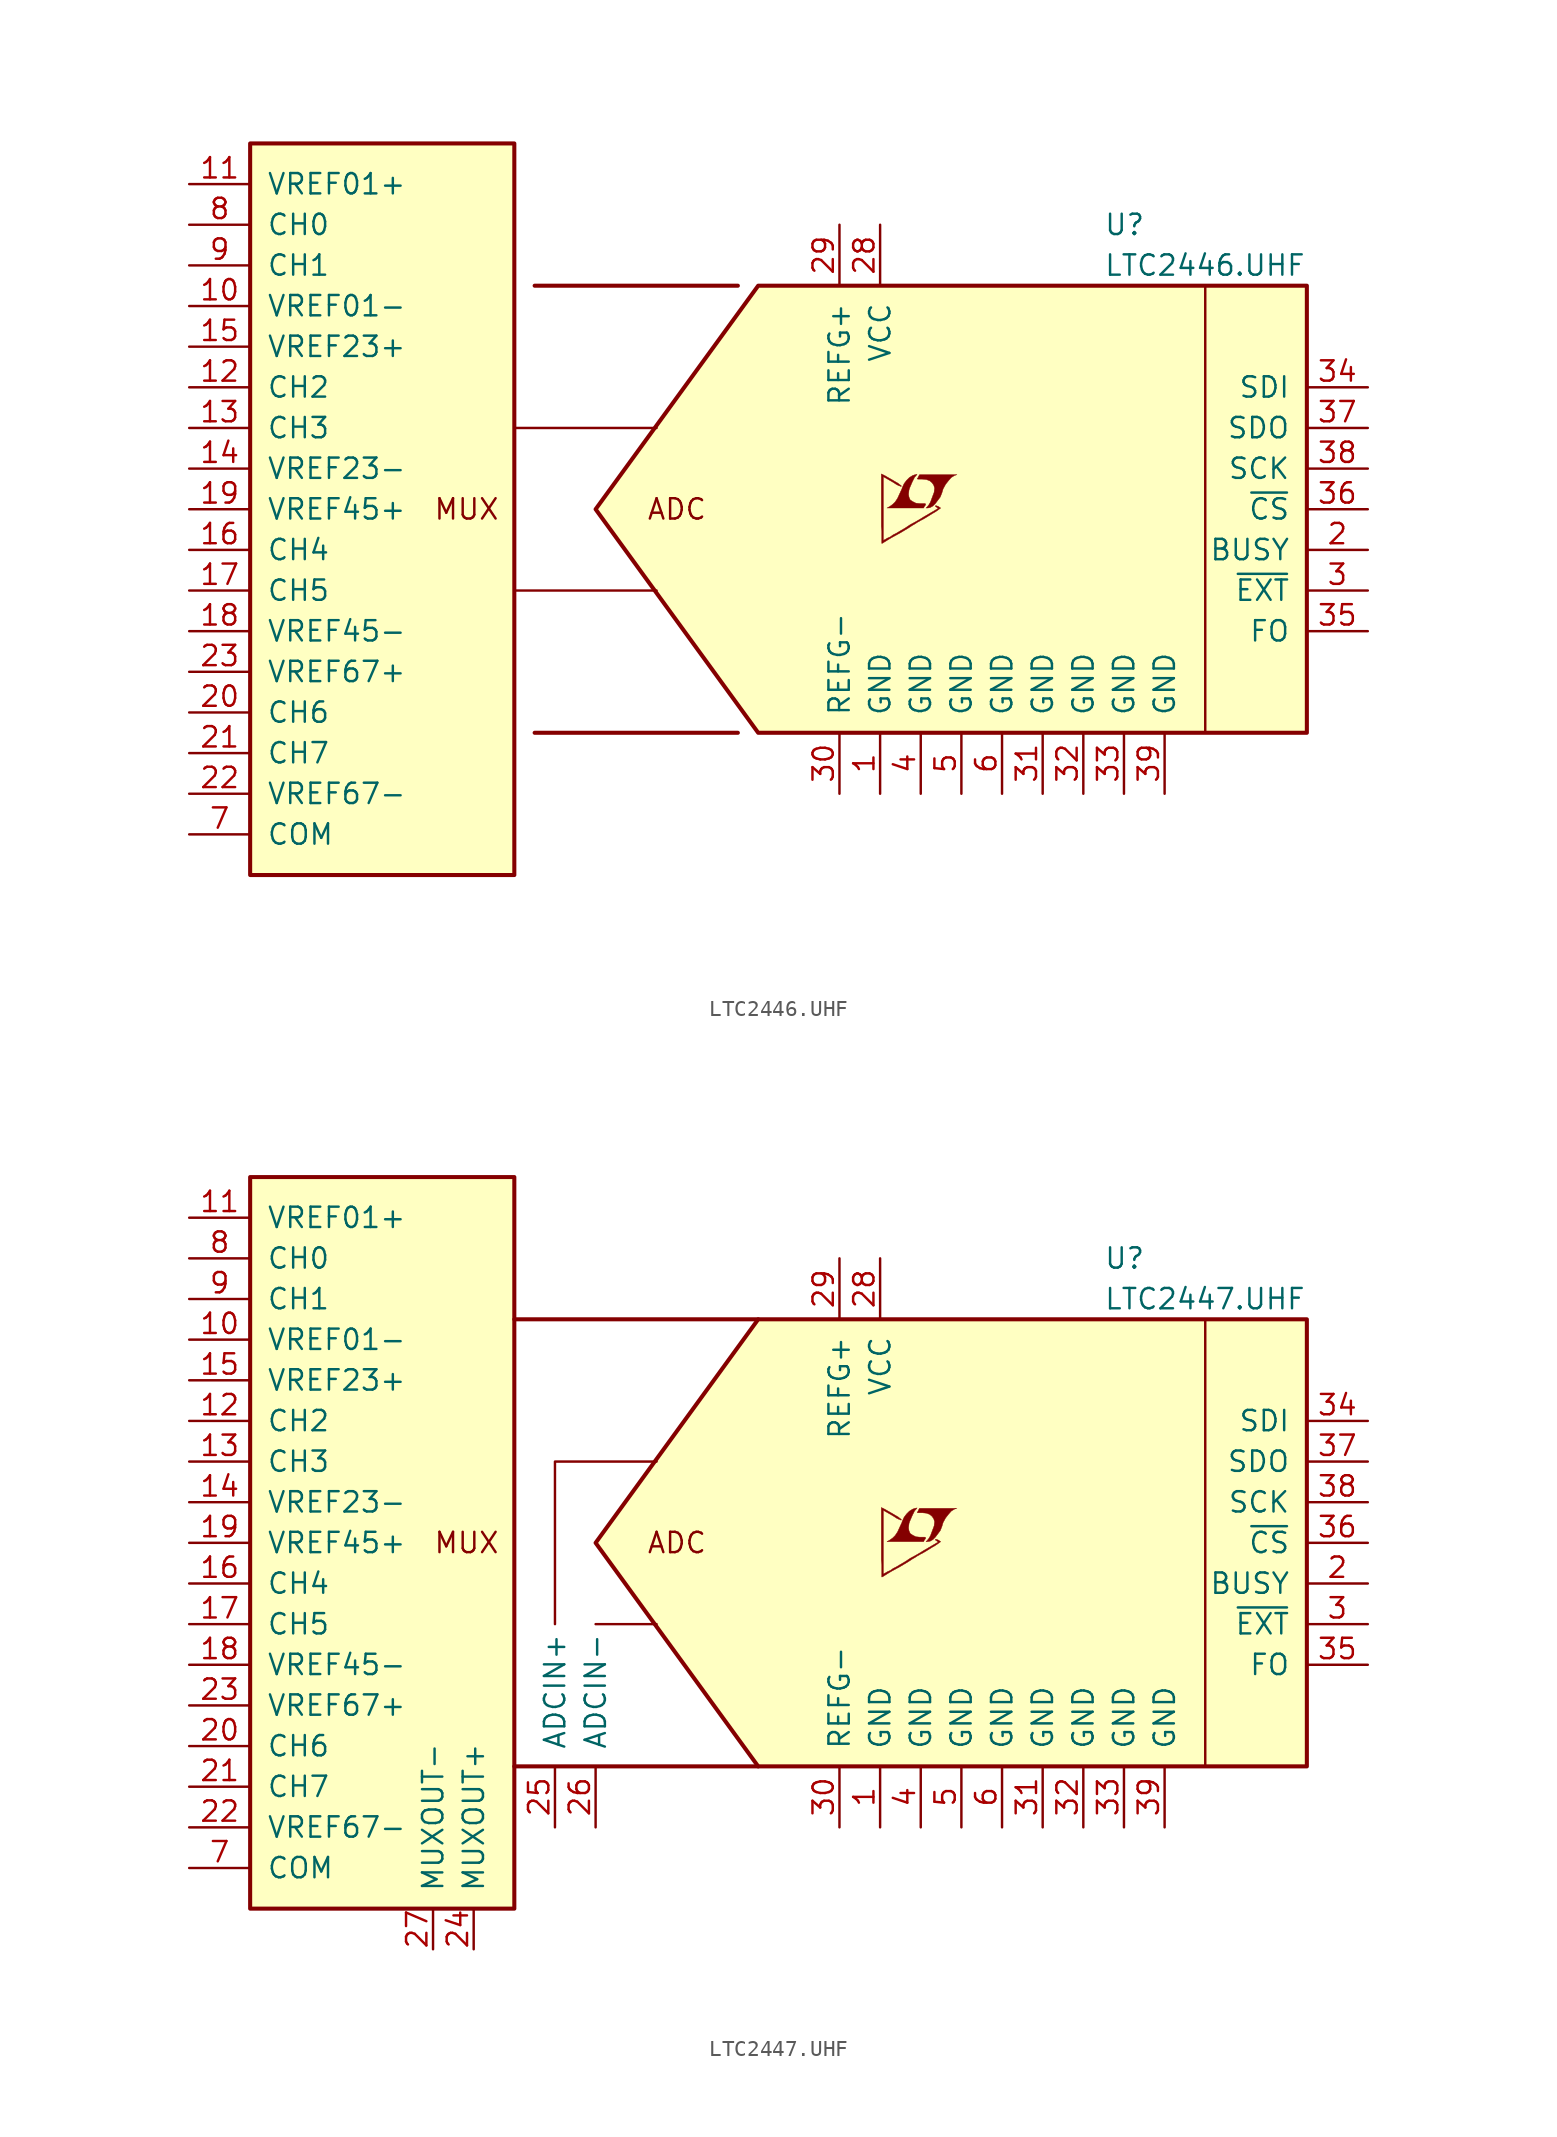
<source format=kicad_sym>
(kicad_symbol_lib
  (version 20201005)
  (generator kicad_symbol_editor)
  (symbol "LTC2446.UHF"
    (pin_names
      (offset 1.016))
    (property "Reference" "U"
      (at 21.59 17.78 0)
      (effects (font (size 1.27 1.27)) (justify left)))
    (property "Value" "LTC2446.UHF"
      (at 21.59 15.24 0)
      (effects (font (size 1.27 1.27)) (justify left)))
    (symbol "LTC2446.UHF_0_0"
      (text "ADC" (at -5.08 0 0) (effects (font (size 1.27 1.27))))
      (text "MUX" (at -20.32 0 0) (effects (font (size 1.27 1.27)) (justify left)))
      (polyline (pts (xy 10.744 0.102) (xy 10.922 0.203) (xy 11.074 0.356) (xy 11.379 0.762) (xy 11.481 1.016) (xy 11.557 1.27) (xy 11.709 1.549) (xy 11.887 1.778) (xy 12.065 1.981) (xy 12.268 2.108) (xy 12.421 2.159) (xy 10.084 2.159) (xy 10.008 2.032) (xy 10.008 2.007) (xy 9.957 1.93) (xy 9.931 1.905) (xy 9.982 1.88) (xy 10.262 1.88) (xy 10.516 1.854) (xy 10.719 1.778) (xy 10.871 1.651) (xy 10.973 1.499) (xy 11.024 1.321) (xy 10.998 1.092) (xy 10.998 1.067) (xy 10.77 0.457) (xy 10.668 0.279) (xy 10.566 0.152) (xy 10.49 0.076) (xy 10.592 0.076) (xy 10.744 0.102)) (stroke (width 0.025)) (fill (type outline)))
      (polyline (pts (xy 10.389 0.178) (xy 10.414 0.203) (xy 10.465 0.279) (xy 10.465 0.33) (xy 10.414 0.356) (xy 10.109 0.356) (xy 9.855 0.381) (xy 9.652 0.483) (xy 9.5 0.584) (xy 9.423 0.762) (xy 9.398 0.94) (xy 9.423 1.168) (xy 9.423 1.194) (xy 9.474 1.346) (xy 9.627 1.702) (xy 9.779 2.007) (xy 9.855 2.083) (xy 9.931 2.184) (xy 9.804 2.159) (xy 9.652 2.108) (xy 9.449 1.981) (xy 9.271 1.803) (xy 9.119 1.6) (xy 8.992 1.321) (xy 8.992 1.295) (xy 8.839 0.965) (xy 8.712 0.686) (xy 8.56 0.457) (xy 8.407 0.305) (xy 8.23 0.178) (xy 8.052 0.076) (xy 10.338 0.076) (xy 10.389 0.178)) (stroke (width 0.025)) (fill (type outline)))
      (polyline (pts (xy 7.798 -2.108) (xy 7.874 -2.057) (xy 8.001 -1.981) (xy 8.077 -1.93) (xy 8.331 -1.778) (xy 8.89 -1.473) (xy 9.398 -1.168) (xy 9.627 -1.016) (xy 9.804 -0.914) (xy 9.957 -0.813) (xy 10.058 -0.762) (xy 10.135 -0.711) (xy 10.287 -0.635) (xy 10.465 -0.533) (xy 10.871 -0.279) (xy 11.049 -0.178) (xy 11.201 -0.076) (xy 11.303 0) (xy 11.379 0.051) (xy 11.405 0.076) (xy 11.252 0.178) (xy 11.1 0.229) (xy 11.074 0.203) (xy 11.074 0.178) (xy 11.151 0.127) (xy 11.252 0.051) (xy 10.338 -0.483) (xy 10.135 -0.61) (xy 9.83 -0.787) (xy 9.5 -0.965) (xy 9.195 -1.168) (xy 8.89 -1.346) (xy 8.636 -1.499) (xy 8.433 -1.6) (xy 8.255 -1.727) (xy 8.077 -1.803) (xy 7.95 -1.88) (xy 7.849 -1.93) (xy 7.823 -1.956) (xy 7.823 2.032) (xy 8.357 1.727) (xy 8.484 1.651) (xy 8.636 1.549) (xy 8.788 1.473) (xy 8.865 1.448) (xy 8.915 1.422) (xy 8.941 1.422) (xy 8.941 1.473) (xy 8.865 1.524) (xy 8.738 1.626) (xy 8.56 1.727) (xy 8.433 1.803) (xy 8.077 2.007) (xy 7.95 2.083) (xy 7.696 2.21) (xy 7.696 -1.067) (xy 7.722 -1.372) (xy 7.722 -2.134) (xy 7.747 -2.134) (xy 7.798 -2.108)) (stroke (width 0.025)) (fill (type outline))))
    (symbol "LTC2446.UHF_0_1"
      (polyline (pts (xy -6.35 -5.08) (xy -15.24 -5.08)) (stroke (width 0)) (fill (type none)))
      (polyline (pts (xy -6.35 5.08) (xy -15.24 5.08)) (stroke (width 0)) (fill (type none)))
      (polyline (pts (xy 27.94 13.97) (xy 27.94 -13.97)) (stroke (width 0)) (fill (type none)))
      (polyline (pts (xy -10.16 0) (xy 0 13.97) (xy 34.29 13.97) (xy 34.29 -13.97) (xy 0 -13.97) (xy -10.16 0)) (stroke (width 0.254)) (fill (type background))))
    (symbol "LTC2446.UHF_1_1"
      (rectangle (start -31.75 22.86) (end -15.24 -22.86) (stroke (width 0.254)) (fill (type background)))
      (polyline (pts (xy -13.97 -13.97) (xy -1.27 -13.97)) (stroke (width 0.254)) (fill (type none)))
      (polyline (pts (xy -13.97 13.97) (xy -1.27 13.97)) (stroke (width 0.254)) (fill (type none)))
      (pin power_in line (at 7.62 -17.78 90) (length 3.81) (name "GND" (effects (font (size 1.27 1.27)))) (number "1" (effects (font (size 1.27 1.27)))))
      (pin input line (at -35.56 12.7 0) (length 3.81) (name "VREF01-" (effects (font (size 1.27 1.27)))) (number "10" (effects (font (size 1.27 1.27)))))
      (pin input line (at -35.56 20.32 0) (length 3.81) (name "VREF01+" (effects (font (size 1.27 1.27)))) (number "11" (effects (font (size 1.27 1.27)))))
      (pin input line (at -35.56 7.62 0) (length 3.81) (name "CH2" (effects (font (size 1.27 1.27)))) (number "12" (effects (font (size 1.27 1.27)))))
      (pin input line (at -35.56 5.08 0) (length 3.81) (name "CH3" (effects (font (size 1.27 1.27)))) (number "13" (effects (font (size 1.27 1.27)))))
      (pin input line (at -35.56 2.54 0) (length 3.81) (name "VREF23-" (effects (font (size 1.27 1.27)))) (number "14" (effects (font (size 1.27 1.27)))))
      (pin input line (at -35.56 10.16 0) (length 3.81) (name "VREF23+" (effects (font (size 1.27 1.27)))) (number "15" (effects (font (size 1.27 1.27)))))
      (pin input line (at -35.56 -2.54 0) (length 3.81) (name "CH4" (effects (font (size 1.27 1.27)))) (number "16" (effects (font (size 1.27 1.27)))))
      (pin input line (at -35.56 -5.08 0) (length 3.81) (name "CH5" (effects (font (size 1.27 1.27)))) (number "17" (effects (font (size 1.27 1.27)))))
      (pin input line (at -35.56 -7.62 0) (length 3.81) (name "VREF45-" (effects (font (size 1.27 1.27)))) (number "18" (effects (font (size 1.27 1.27)))))
      (pin input line (at -35.56 0 0) (length 3.81) (name "VREF45+" (effects (font (size 1.27 1.27)))) (number "19" (effects (font (size 1.27 1.27)))))
      (pin output line (at 38.1 -2.54 180) (length 3.81) (name "BUSY" (effects (font (size 1.27 1.27)))) (number "2" (effects (font (size 1.27 1.27)))))
      (pin input line (at -35.56 -12.7 0) (length 3.81) (name "CH6" (effects (font (size 1.27 1.27)))) (number "20" (effects (font (size 1.27 1.27)))))
      (pin input line (at -35.56 -15.24 0) (length 3.81) (name "CH7" (effects (font (size 1.27 1.27)))) (number "21" (effects (font (size 1.27 1.27)))))
      (pin input line (at -35.56 -17.78 0) (length 3.81) (name "VREF67-" (effects (font (size 1.27 1.27)))) (number "22" (effects (font (size 1.27 1.27)))))
      (pin input line (at -35.56 -10.16 0) (length 3.81) (name "VREF67+" (effects (font (size 1.27 1.27)))) (number "23" (effects (font (size 1.27 1.27)))))
      (pin unconnected line (at -17.78 -25.4 90) (length 2.54) hide (name "NC" (effects (font (size 1.27 1.27)))) (number "24" (effects (font (size 1.27 1.27)))))
      (pin unconnected line (at -12.7 -17.78 90) (length 3.81) hide (name "NC" (effects (font (size 1.27 1.27)))) (number "25" (effects (font (size 1.27 1.27)))))
      (pin unconnected line (at -10.16 -17.78 90) (length 3.81) hide (name "NC" (effects (font (size 1.27 1.27)))) (number "26" (effects (font (size 1.27 1.27)))))
      (pin unconnected line (at -20.32 -25.4 90) (length 2.54) hide (name "NC" (effects (font (size 1.27 1.27)))) (number "27" (effects (font (size 1.27 1.27)))))
      (pin power_in line (at 7.62 17.78 270) (length 3.81) (name "VCC" (effects (font (size 1.27 1.27)))) (number "28" (effects (font (size 1.27 1.27)))))
      (pin passive line (at 5.08 17.78 270) (length 3.81) (name "REFG+" (effects (font (size 1.27 1.27)))) (number "29" (effects (font (size 1.27 1.27)))))
      (pin input line (at 38.1 -5.08 180) (length 3.81) (name "~EXT~" (effects (font (size 1.27 1.27)))) (number "3" (effects (font (size 1.27 1.27)))))
      (pin passive line (at 5.08 -17.78 90) (length 3.81) (name "REFG-" (effects (font (size 1.27 1.27)))) (number "30" (effects (font (size 1.27 1.27)))))
      (pin power_in line (at 17.78 -17.78 90) (length 3.81) (name "GND" (effects (font (size 1.27 1.27)))) (number "31" (effects (font (size 1.27 1.27)))))
      (pin power_in line (at 20.32 -17.78 90) (length 3.81) (name "GND" (effects (font (size 1.27 1.27)))) (number "32" (effects (font (size 1.27 1.27)))))
      (pin power_in line (at 22.86 -17.78 90) (length 3.81) (name "GND" (effects (font (size 1.27 1.27)))) (number "33" (effects (font (size 1.27 1.27)))))
      (pin input line (at 38.1 7.62 180) (length 3.81) (name "SDI" (effects (font (size 1.27 1.27)))) (number "34" (effects (font (size 1.27 1.27)))))
      (pin input line (at 38.1 -7.62 180) (length 3.81) (name "FO" (effects (font (size 1.27 1.27)))) (number "35" (effects (font (size 1.27 1.27)))))
      (pin input line (at 38.1 0 180) (length 3.81) (name "~CS~" (effects (font (size 1.27 1.27)))) (number "36" (effects (font (size 1.27 1.27)))))
      (pin output line (at 38.1 5.08 180) (length 3.81) (name "SDO" (effects (font (size 1.27 1.27)))) (number "37" (effects (font (size 1.27 1.27)))))
      (pin input line (at 38.1 2.54 180) (length 3.81) (name "SCK" (effects (font (size 1.27 1.27)))) (number "38" (effects (font (size 1.27 1.27)))))
      (pin power_in line (at 25.4 -17.78 90) (length 3.81) (name "GND" (effects (font (size 1.27 1.27)))) (number "39" (effects (font (size 1.27 1.27)))))
      (pin power_in line (at 10.16 -17.78 90) (length 3.81) (name "GND" (effects (font (size 1.27 1.27)))) (number "4" (effects (font (size 1.27 1.27)))))
      (pin power_in line (at 12.7 -17.78 90) (length 3.81) (name "GND" (effects (font (size 1.27 1.27)))) (number "5" (effects (font (size 1.27 1.27)))))
      (pin power_in line (at 15.24 -17.78 90) (length 3.81) (name "GND" (effects (font (size 1.27 1.27)))) (number "6" (effects (font (size 1.27 1.27)))))
      (pin passive line (at -35.56 -20.32 0) (length 3.81) (name "COM" (effects (font (size 1.27 1.27)))) (number "7" (effects (font (size 1.27 1.27)))))
      (pin input line (at -35.56 17.78 0) (length 3.81) (name "CH0" (effects (font (size 1.27 1.27)))) (number "8" (effects (font (size 1.27 1.27)))))
      (pin input line (at -35.56 15.24 0) (length 3.81) (name "CH1" (effects (font (size 1.27 1.27)))) (number "9" (effects (font (size 1.27 1.27)))))))
  (symbol "LTC2447.UHF"
    (pin_names
      (offset 1.016))
    (property "Reference" "U"
      (at 21.59 17.78 0)
      (effects (font (size 1.27 1.27)) (justify left)))
    (property "Value" "LTC2447.UHF"
      (at 21.59 15.24 0)
      (effects (font (size 1.27 1.27)) (justify left)))
    (symbol "LTC2447.UHF_0_0"
      (text "ADC" (at -5.08 0 0) (effects (font (size 1.27 1.27))))
      (text "MUX" (at -20.32 0 0) (effects (font (size 1.27 1.27)) (justify left)))
      (polyline (pts (xy 10.744 0.102) (xy 10.922 0.203) (xy 11.074 0.356) (xy 11.379 0.762) (xy 11.481 1.016) (xy 11.557 1.27) (xy 11.709 1.549) (xy 11.887 1.778) (xy 12.065 1.981) (xy 12.268 2.108) (xy 12.421 2.159) (xy 10.084 2.159) (xy 10.008 2.032) (xy 10.008 2.007) (xy 9.957 1.93) (xy 9.931 1.905) (xy 9.982 1.88) (xy 10.262 1.88) (xy 10.516 1.854) (xy 10.719 1.778) (xy 10.871 1.651) (xy 10.973 1.499) (xy 11.024 1.321) (xy 10.998 1.092) (xy 10.998 1.067) (xy 10.77 0.457) (xy 10.668 0.279) (xy 10.566 0.152) (xy 10.49 0.076) (xy 10.592 0.076) (xy 10.744 0.102)) (stroke (width 0.025)) (fill (type outline)))
      (polyline (pts (xy 10.389 0.178) (xy 10.414 0.203) (xy 10.465 0.279) (xy 10.465 0.33) (xy 10.414 0.356) (xy 10.109 0.356) (xy 9.855 0.381) (xy 9.652 0.483) (xy 9.5 0.584) (xy 9.423 0.762) (xy 9.398 0.94) (xy 9.423 1.168) (xy 9.423 1.194) (xy 9.474 1.346) (xy 9.627 1.702) (xy 9.779 2.007) (xy 9.855 2.083) (xy 9.931 2.184) (xy 9.804 2.159) (xy 9.652 2.108) (xy 9.449 1.981) (xy 9.271 1.803) (xy 9.119 1.6) (xy 8.992 1.321) (xy 8.992 1.295) (xy 8.839 0.965) (xy 8.712 0.686) (xy 8.56 0.457) (xy 8.407 0.305) (xy 8.23 0.178) (xy 8.052 0.076) (xy 10.338 0.076) (xy 10.389 0.178)) (stroke (width 0.025)) (fill (type outline)))
      (polyline (pts (xy 7.798 -2.108) (xy 7.874 -2.057) (xy 8.001 -1.981) (xy 8.077 -1.93) (xy 8.331 -1.778) (xy 8.89 -1.473) (xy 9.398 -1.168) (xy 9.627 -1.016) (xy 9.804 -0.914) (xy 9.957 -0.813) (xy 10.058 -0.762) (xy 10.135 -0.711) (xy 10.287 -0.635) (xy 10.465 -0.533) (xy 10.871 -0.279) (xy 11.049 -0.178) (xy 11.201 -0.076) (xy 11.303 0) (xy 11.379 0.051) (xy 11.405 0.076) (xy 11.252 0.178) (xy 11.1 0.229) (xy 11.074 0.203) (xy 11.074 0.178) (xy 11.151 0.127) (xy 11.252 0.051) (xy 10.338 -0.483) (xy 10.135 -0.61) (xy 9.83 -0.787) (xy 9.5 -0.965) (xy 9.195 -1.168) (xy 8.89 -1.346) (xy 8.636 -1.499) (xy 8.433 -1.6) (xy 8.255 -1.727) (xy 8.077 -1.803) (xy 7.95 -1.88) (xy 7.849 -1.93) (xy 7.823 -1.956) (xy 7.823 2.032) (xy 8.357 1.727) (xy 8.484 1.651) (xy 8.636 1.549) (xy 8.788 1.473) (xy 8.865 1.448) (xy 8.915 1.422) (xy 8.941 1.422) (xy 8.941 1.473) (xy 8.865 1.524) (xy 8.738 1.626) (xy 8.56 1.727) (xy 8.433 1.803) (xy 8.077 2.007) (xy 7.95 2.083) (xy 7.696 2.21) (xy 7.696 -1.067) (xy 7.722 -1.372) (xy 7.722 -2.134) (xy 7.747 -2.134) (xy 7.798 -2.108)) (stroke (width 0.025)) (fill (type outline))))
    (symbol "LTC2447.UHF_0_1"
      (polyline (pts (xy 27.94 13.97) (xy 27.94 -13.97)) (stroke (width 0)) (fill (type none)))
      (polyline (pts (xy -10.16 0) (xy 0 13.97) (xy 34.29 13.97) (xy 34.29 -13.97) (xy 0 -13.97) (xy -10.16 0)) (stroke (width 0.254)) (fill (type background))))
    (symbol "LTC2447.UHF_1_1"
      (rectangle (start -31.75 22.86) (end -15.24 -22.86) (stroke (width 0.254)) (fill (type background)))
      (polyline (pts (xy -15.24 -13.97) (xy 0 -13.97)) (stroke (width 0.254)) (fill (type none)))
      (polyline (pts (xy -15.24 13.97) (xy 0 13.97)) (stroke (width 0.254)) (fill (type none)))
      (polyline (pts (xy -6.35 -5.08) (xy -10.16 -5.08)) (stroke (width 0)) (fill (type none)))
      (polyline (pts (xy -12.7 -5.08) (xy -12.7 5.08) (xy -6.35 5.08)) (stroke (width 0)) (fill (type none)))
      (pin power_in line (at 7.62 -17.78 90) (length 3.81) (name "GND" (effects (font (size 1.27 1.27)))) (number "1" (effects (font (size 1.27 1.27)))))
      (pin input line (at -35.56 12.7 0) (length 3.81) (name "VREF01-" (effects (font (size 1.27 1.27)))) (number "10" (effects (font (size 1.27 1.27)))))
      (pin input line (at -35.56 20.32 0) (length 3.81) (name "VREF01+" (effects (font (size 1.27 1.27)))) (number "11" (effects (font (size 1.27 1.27)))))
      (pin input line (at -35.56 7.62 0) (length 3.81) (name "CH2" (effects (font (size 1.27 1.27)))) (number "12" (effects (font (size 1.27 1.27)))))
      (pin input line (at -35.56 5.08 0) (length 3.81) (name "CH3" (effects (font (size 1.27 1.27)))) (number "13" (effects (font (size 1.27 1.27)))))
      (pin input line (at -35.56 2.54 0) (length 3.81) (name "VREF23-" (effects (font (size 1.27 1.27)))) (number "14" (effects (font (size 1.27 1.27)))))
      (pin input line (at -35.56 10.16 0) (length 3.81) (name "VREF23+" (effects (font (size 1.27 1.27)))) (number "15" (effects (font (size 1.27 1.27)))))
      (pin input line (at -35.56 -2.54 0) (length 3.81) (name "CH4" (effects (font (size 1.27 1.27)))) (number "16" (effects (font (size 1.27 1.27)))))
      (pin input line (at -35.56 -5.08 0) (length 3.81) (name "CH5" (effects (font (size 1.27 1.27)))) (number "17" (effects (font (size 1.27 1.27)))))
      (pin input line (at -35.56 -7.62 0) (length 3.81) (name "VREF45-" (effects (font (size 1.27 1.27)))) (number "18" (effects (font (size 1.27 1.27)))))
      (pin input line (at -35.56 0 0) (length 3.81) (name "VREF45+" (effects (font (size 1.27 1.27)))) (number "19" (effects (font (size 1.27 1.27)))))
      (pin output line (at 38.1 -2.54 180) (length 3.81) (name "BUSY" (effects (font (size 1.27 1.27)))) (number "2" (effects (font (size 1.27 1.27)))))
      (pin input line (at -35.56 -12.7 0) (length 3.81) (name "CH6" (effects (font (size 1.27 1.27)))) (number "20" (effects (font (size 1.27 1.27)))))
      (pin input line (at -35.56 -15.24 0) (length 3.81) (name "CH7" (effects (font (size 1.27 1.27)))) (number "21" (effects (font (size 1.27 1.27)))))
      (pin input line (at -35.56 -17.78 0) (length 3.81) (name "VREF67-" (effects (font (size 1.27 1.27)))) (number "22" (effects (font (size 1.27 1.27)))))
      (pin input line (at -35.56 -10.16 0) (length 3.81) (name "VREF67+" (effects (font (size 1.27 1.27)))) (number "23" (effects (font (size 1.27 1.27)))))
      (pin output line (at -17.78 -25.4 90) (length 2.54) (name "MUXOUT+" (effects (font (size 1.27 1.27)))) (number "24" (effects (font (size 1.27 1.27)))))
      (pin input line (at -12.7 -17.78 90) (length 3.81) (name "ADCIN+" (effects (font (size 1.27 1.27)))) (number "25" (effects (font (size 1.27 1.27)))))
      (pin input line (at -10.16 -17.78 90) (length 3.81) (name "ADCIN-" (effects (font (size 1.27 1.27)))) (number "26" (effects (font (size 1.27 1.27)))))
      (pin output line (at -20.32 -25.4 90) (length 2.54) (name "MUXOUT-" (effects (font (size 1.27 1.27)))) (number "27" (effects (font (size 1.27 1.27)))))
      (pin power_in line (at 7.62 17.78 270) (length 3.81) (name "VCC" (effects (font (size 1.27 1.27)))) (number "28" (effects (font (size 1.27 1.27)))))
      (pin passive line (at 5.08 17.78 270) (length 3.81) (name "REFG+" (effects (font (size 1.27 1.27)))) (number "29" (effects (font (size 1.27 1.27)))))
      (pin input line (at 38.1 -5.08 180) (length 3.81) (name "~EXT~" (effects (font (size 1.27 1.27)))) (number "3" (effects (font (size 1.27 1.27)))))
      (pin passive line (at 5.08 -17.78 90) (length 3.81) (name "REFG-" (effects (font (size 1.27 1.27)))) (number "30" (effects (font (size 1.27 1.27)))))
      (pin power_in line (at 17.78 -17.78 90) (length 3.81) (name "GND" (effects (font (size 1.27 1.27)))) (number "31" (effects (font (size 1.27 1.27)))))
      (pin power_in line (at 20.32 -17.78 90) (length 3.81) (name "GND" (effects (font (size 1.27 1.27)))) (number "32" (effects (font (size 1.27 1.27)))))
      (pin power_in line (at 22.86 -17.78 90) (length 3.81) (name "GND" (effects (font (size 1.27 1.27)))) (number "33" (effects (font (size 1.27 1.27)))))
      (pin input line (at 38.1 7.62 180) (length 3.81) (name "SDI" (effects (font (size 1.27 1.27)))) (number "34" (effects (font (size 1.27 1.27)))))
      (pin input line (at 38.1 -7.62 180) (length 3.81) (name "FO" (effects (font (size 1.27 1.27)))) (number "35" (effects (font (size 1.27 1.27)))))
      (pin input line (at 38.1 0 180) (length 3.81) (name "~CS~" (effects (font (size 1.27 1.27)))) (number "36" (effects (font (size 1.27 1.27)))))
      (pin output line (at 38.1 5.08 180) (length 3.81) (name "SDO" (effects (font (size 1.27 1.27)))) (number "37" (effects (font (size 1.27 1.27)))))
      (pin input line (at 38.1 2.54 180) (length 3.81) (name "SCK" (effects (font (size 1.27 1.27)))) (number "38" (effects (font (size 1.27 1.27)))))
      (pin power_in line (at 25.4 -17.78 90) (length 3.81) (name "GND" (effects (font (size 1.27 1.27)))) (number "39" (effects (font (size 1.27 1.27)))))
      (pin power_in line (at 10.16 -17.78 90) (length 3.81) (name "GND" (effects (font (size 1.27 1.27)))) (number "4" (effects (font (size 1.27 1.27)))))
      (pin power_in line (at 12.7 -17.78 90) (length 3.81) (name "GND" (effects (font (size 1.27 1.27)))) (number "5" (effects (font (size 1.27 1.27)))))
      (pin power_in line (at 15.24 -17.78 90) (length 3.81) (name "GND" (effects (font (size 1.27 1.27)))) (number "6" (effects (font (size 1.27 1.27)))))
      (pin passive line (at -35.56 -20.32 0) (length 3.81) (name "COM" (effects (font (size 1.27 1.27)))) (number "7" (effects (font (size 1.27 1.27)))))
      (pin input line (at -35.56 17.78 0) (length 3.81) (name "CH0" (effects (font (size 1.27 1.27)))) (number "8" (effects (font (size 1.27 1.27)))))
      (pin input line (at -35.56 15.24 0) (length 3.81) (name "CH1" (effects (font (size 1.27 1.27)))) (number "9" (effects (font (size 1.27 1.27))))))))
</source>
